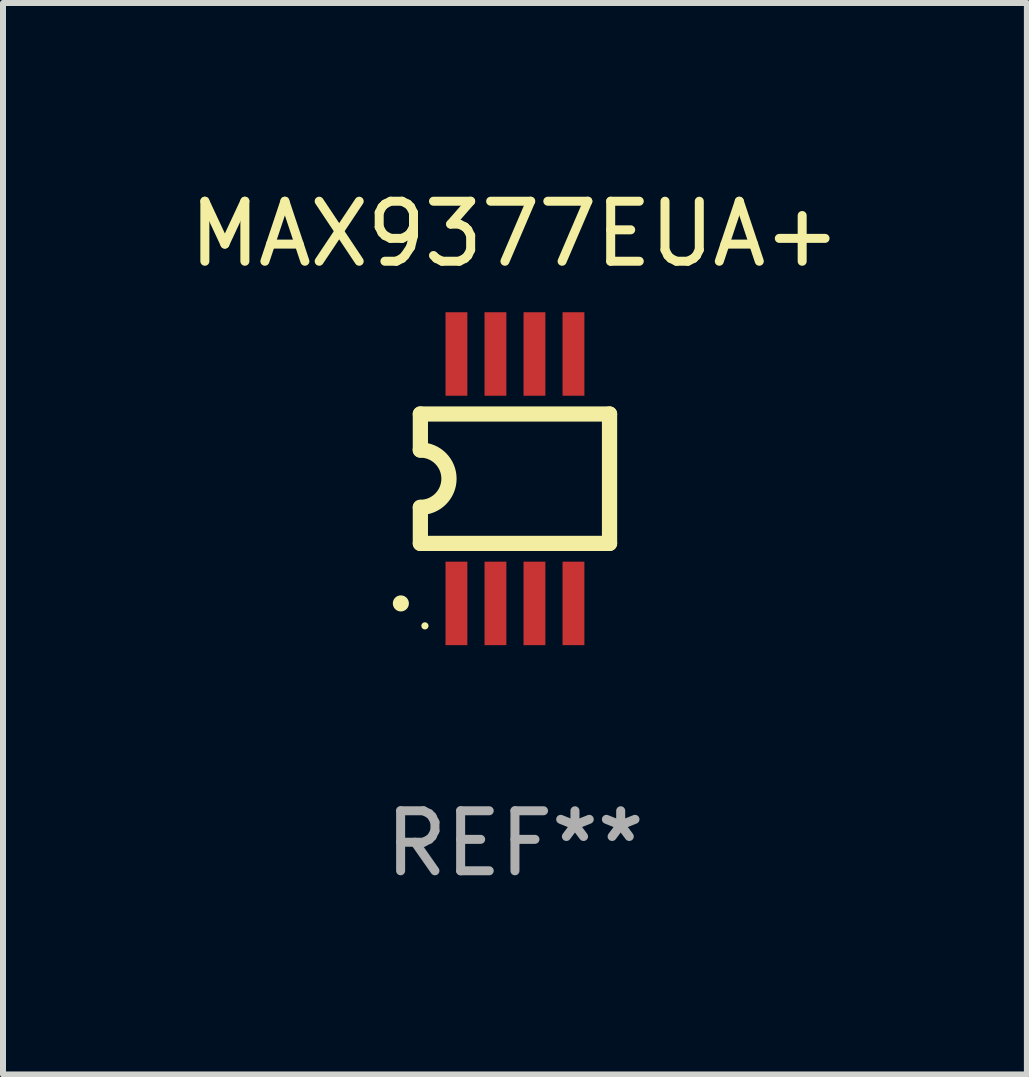
<source format=kicad_pcb>
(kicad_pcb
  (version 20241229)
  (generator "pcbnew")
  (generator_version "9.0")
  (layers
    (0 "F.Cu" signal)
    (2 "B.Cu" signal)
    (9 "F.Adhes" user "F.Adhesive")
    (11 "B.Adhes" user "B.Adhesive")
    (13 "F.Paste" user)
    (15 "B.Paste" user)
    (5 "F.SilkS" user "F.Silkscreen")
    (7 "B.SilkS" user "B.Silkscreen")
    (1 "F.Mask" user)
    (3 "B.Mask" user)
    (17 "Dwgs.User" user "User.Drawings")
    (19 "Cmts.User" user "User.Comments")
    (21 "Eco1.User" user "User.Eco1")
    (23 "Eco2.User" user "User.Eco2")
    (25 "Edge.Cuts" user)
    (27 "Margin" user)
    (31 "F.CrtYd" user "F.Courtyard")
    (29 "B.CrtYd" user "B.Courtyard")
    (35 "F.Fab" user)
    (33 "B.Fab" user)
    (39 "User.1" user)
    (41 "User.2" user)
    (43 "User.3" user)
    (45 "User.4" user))
  (footprint "MAX9377EUA+"
    (layer "F.Cu")
    (at 5.53 4.926)
    (property "Reference" "MAX9377EUA+" (at 0 -4.078 0) (layer "F.SilkS") (effects (font (size 1 1) (thickness 0.15))))
    (attr through_hole)
    (fp_line (start -1.576 -1.078) (end -1.576 -0.478) (stroke (width 0.254) (type solid)) (layer "F.SilkS"))
    (fp_line (start -1.576 -1.078) (end 1.576 -1.078) (stroke (width 0.254) (type solid)) (layer "F.SilkS"))
    (fp_line (start -1.576 1.078) (end -1.576 0.478) (stroke (width 0.254) (type solid)) (layer "F.SilkS"))
    (fp_line (start 1.576 -1.078) (end 1.576 1.078) (stroke (width 0.254) (type solid)) (layer "F.SilkS"))
    (fp_line (start 1.576 1.078) (end -1.576 1.078) (stroke (width 0.254) (type solid)) (layer "F.SilkS"))
    (fp_arc (start -1.577343 -0.47752) (mid -1.099721 -0.000481) (end -1.5762 0.477699) (stroke (width 0.254001) (type solid)) (layer "F.SilkS"))
    (fp_circle (center -1.901 2.078) (end -1.834 2.078) (stroke (width 0.134) (type solid)) (fill no) (layer "F.SilkS"))
    (fp_circle (center -1.5 2.452) (end -1.47 2.452) (stroke (width 0.06) (type solid)) (fill no) (layer "F.SilkS"))
    (fp_text user "REF**" (at 0 6.078 0) (layer "F.Fab") (effects (font (size 1 1) (thickness 0.15))))
    (pad "1" smd rect (at -0.975 2.078) (size 0.364 1.391) (layers "F.Cu" "F.Mask" "F.Paste"))
    (pad "2" smd rect (at -0.325 2.078) (size 0.364 1.391) (layers "F.Cu" "F.Mask" "F.Paste"))
    (pad "3" smd rect (at 0.325 2.078) (size 0.364 1.391) (layers "F.Cu" "F.Mask" "F.Paste"))
    (pad "4" smd rect (at 0.975 2.078) (size 0.364 1.391) (layers "F.Cu" "F.Mask" "F.Paste"))
    (pad "5" smd rect (at 0.975 -2.078) (size 0.364 1.391) (layers "F.Cu" "F.Mask" "F.Paste"))
    (pad "6" smd rect (at 0.325 -2.078) (size 0.364 1.391) (layers "F.Cu" "F.Mask" "F.Paste"))
    (pad "7" smd rect (at -0.325 -2.078) (size 0.364 1.391) (layers "F.Cu" "F.Mask" "F.Paste"))
    (pad "8" smd rect (at -0.975 -2.078) (size 0.364 1.391) (layers "F.Cu" "F.Mask" "F.Paste")))
  (gr_rect
    (start -3 -3)
    (end 14.06 14.852)
    (stroke (width 0.1) (type default))
    (fill no)
    (layer "Edge.Cuts")))
</source>
